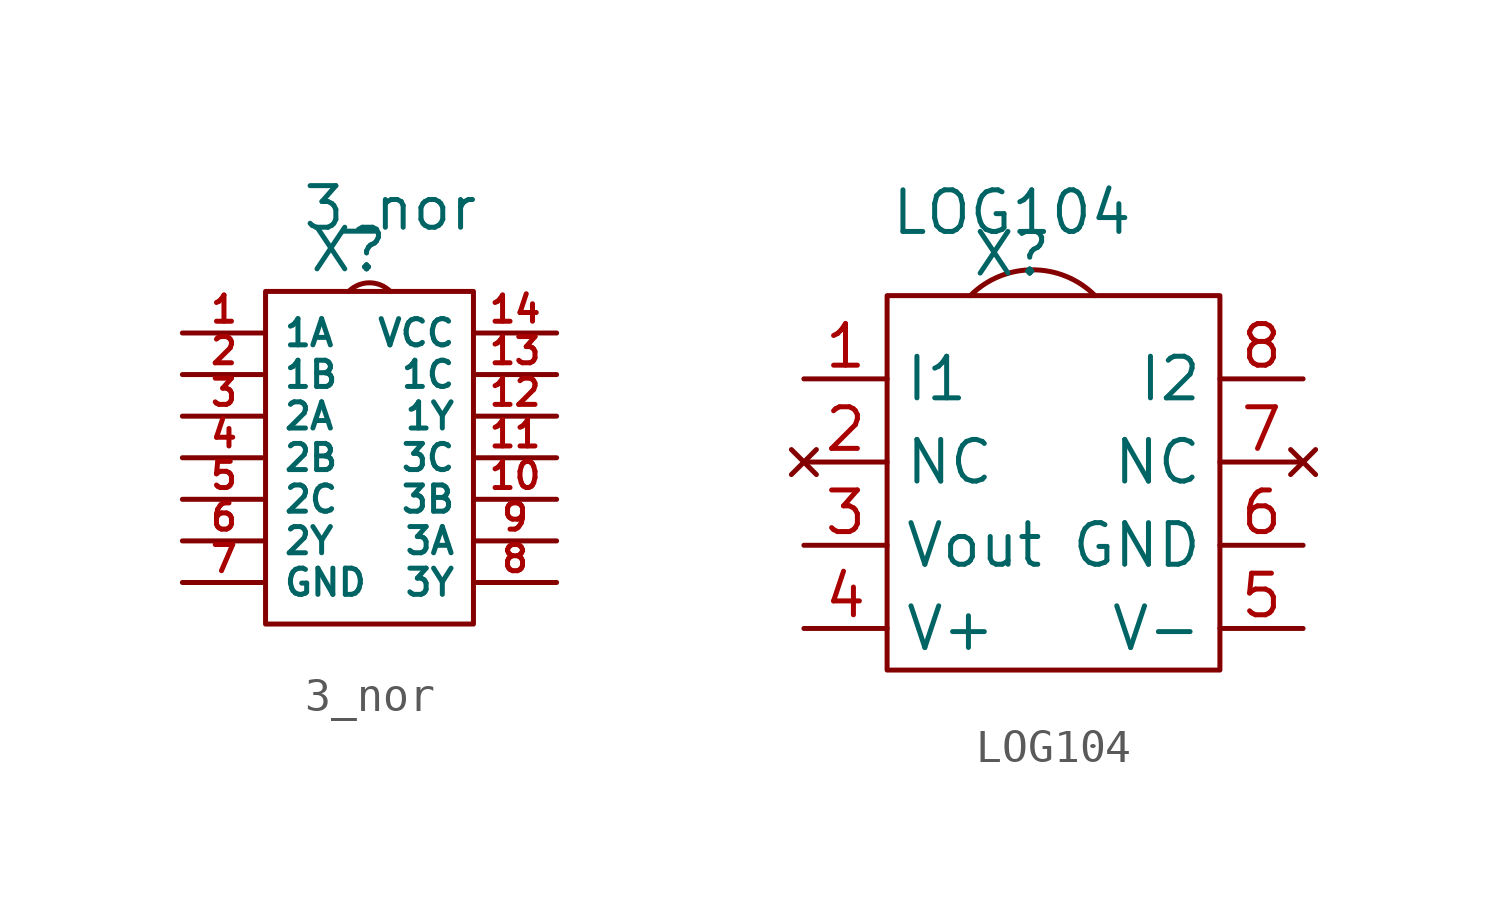
<source format=kicad_sym>
(kicad_symbol_lib
  (version 20211014)
  (generator kicad_symbol_editor)
  (symbol "3_nor"
    (property "Reference" "X"
      (at 0 2.54 0)
      (effects (font (size 1.27 1.27))))
    (property "Value" "3_nor"
      (at 1.27 3.81 0)
      (effects (font (size 1.27 1.27))))
    (symbol "3_nor_0_1"
      (rectangle (start -2.54 1.27) (end 3.81 -8.89) (stroke (width 0) (type default) (color 0 0 0 0)) (fill (type none)))
      (arc (start 1.27 1.27) (mid 0.635 2.803) (end 0 1.27) (stroke (width 0) (type default) (color 0 0 0 0)) (fill (type none))))
    (symbol "3_nor_1_1"
      (pin input line (at -5.08 0 0) (length 2.54) (name "1A" (effects (font (size 0.8 0.8)))) (number "1" (effects (font (size 0.8 0.8)))))
      (pin input line (at 6.35 -5.08 180) (length 2.54) (name "3B" (effects (font (size 0.8 0.8)))) (number "10" (effects (font (size 0.8 0.8)))))
      (pin input line (at 6.35 -3.81 180) (length 2.54) (name "3C" (effects (font (size 0.8 0.8)))) (number "11" (effects (font (size 0.8 0.8)))))
      (pin output line (at 6.35 -2.54 180) (length 2.54) (name "1Y" (effects (font (size 0.8 0.8)))) (number "12" (effects (font (size 0.8 0.8)))))
      (pin input line (at 6.35 -1.27 180) (length 2.54) (name "1C" (effects (font (size 0.8 0.8)))) (number "13" (effects (font (size 0.8 0.8)))))
      (pin passive line (at 6.35 0 180) (length 2.54) (name "VCC" (effects (font (size 0.8 0.8)))) (number "14" (effects (font (size 0.8 0.8)))))
      (pin input line (at -5.08 -1.27 0) (length 2.54) (name "1B" (effects (font (size 0.8 0.8)))) (number "2" (effects (font (size 0.8 0.8)))))
      (pin input line (at -5.08 -2.54 0) (length 2.54) (name "2A" (effects (font (size 0.8 0.8)))) (number "3" (effects (font (size 0.8 0.8)))))
      (pin input line (at -5.08 -3.81 0) (length 2.54) (name "2B" (effects (font (size 0.8 0.8)))) (number "4" (effects (font (size 0.8 0.8)))))
      (pin input line (at -5.08 -5.08 0) (length 2.54) (name "2C" (effects (font (size 0.8 0.8)))) (number "5" (effects (font (size 0.8 0.8)))))
      (pin output line (at -5.08 -6.35 0) (length 2.54) (name "2Y" (effects (font (size 0.8 0.8)))) (number "6" (effects (font (size 0.8 0.8)))))
      (pin passive line (at -5.08 -7.62 0) (length 2.54) (name "GND" (effects (font (size 0.8 0.8)))) (number "7" (effects (font (size 0.8 0.8)))))
      (pin output line (at 6.35 -7.62 180) (length 2.54) (name "3Y" (effects (font (size 0.8 0.8)))) (number "8" (effects (font (size 0.8 0.8)))))
      (pin input line (at 6.35 -6.35 180) (length 2.54) (name "3A" (effects (font (size 0.8 0.8)))) (number "9" (effects (font (size 0.8 0.8)))))))
  (symbol "LOG104"
    (property "Reference" "X"
      (at 1.27 1.27 0)
      (effects (font (size 1.27 1.27))))
    (property "Value" "LOG104"
      (at 1.27 2.54 0)
      (effects (font (size 1.27 1.27))))
    (symbol "LOG104_0_1"
      (rectangle (start -2.54 0) (end 7.62 -11.43) (stroke (width 0) (type default) (color 0 0 0 0)) (fill (type none)))
      (arc (start 3.81 0) (mid 1.905 4.5991) (end 0 0) (stroke (width 0) (type default) (color 0 0 0 0)) (fill (type none))))
    (symbol "LOG104_1_1"
      (pin input line (at -5.08 -2.54 0) (length 2.54) (name "I1" (effects (font (size 1.27 1.27)))) (number "1" (effects (font (size 1.27 1.27)))))
      (pin no_connect line (at -5.08 -5.08 0) (length 2.54) (name "NC" (effects (font (size 1.27 1.27)))) (number "2" (effects (font (size 1.27 1.27)))))
      (pin output line (at -5.08 -7.62 0) (length 2.54) (name "Vout" (effects (font (size 1.27 1.27)))) (number "3" (effects (font (size 1.27 1.27)))))
      (pin passive line (at -5.08 -10.16 0) (length 2.54) (name "V+" (effects (font (size 1.27 1.27)))) (number "4" (effects (font (size 1.27 1.27)))))
      (pin passive line (at 10.16 -10.16 180) (length 2.54) (name "V-" (effects (font (size 1.27 1.27)))) (number "5" (effects (font (size 1.27 1.27)))))
      (pin passive line (at 10.16 -7.62 180) (length 2.54) (name "GND" (effects (font (size 1.27 1.27)))) (number "6" (effects (font (size 1.27 1.27)))))
      (pin no_connect line (at 10.16 -5.08 180) (length 2.54) (name "NC" (effects (font (size 1.27 1.27)))) (number "7" (effects (font (size 1.27 1.27)))))
      (pin output line (at 10.16 -2.54 180) (length 2.54) (name "I2" (effects (font (size 1.27 1.27)))) (number "8" (effects (font (size 1.27 1.27))))))))
</source>
